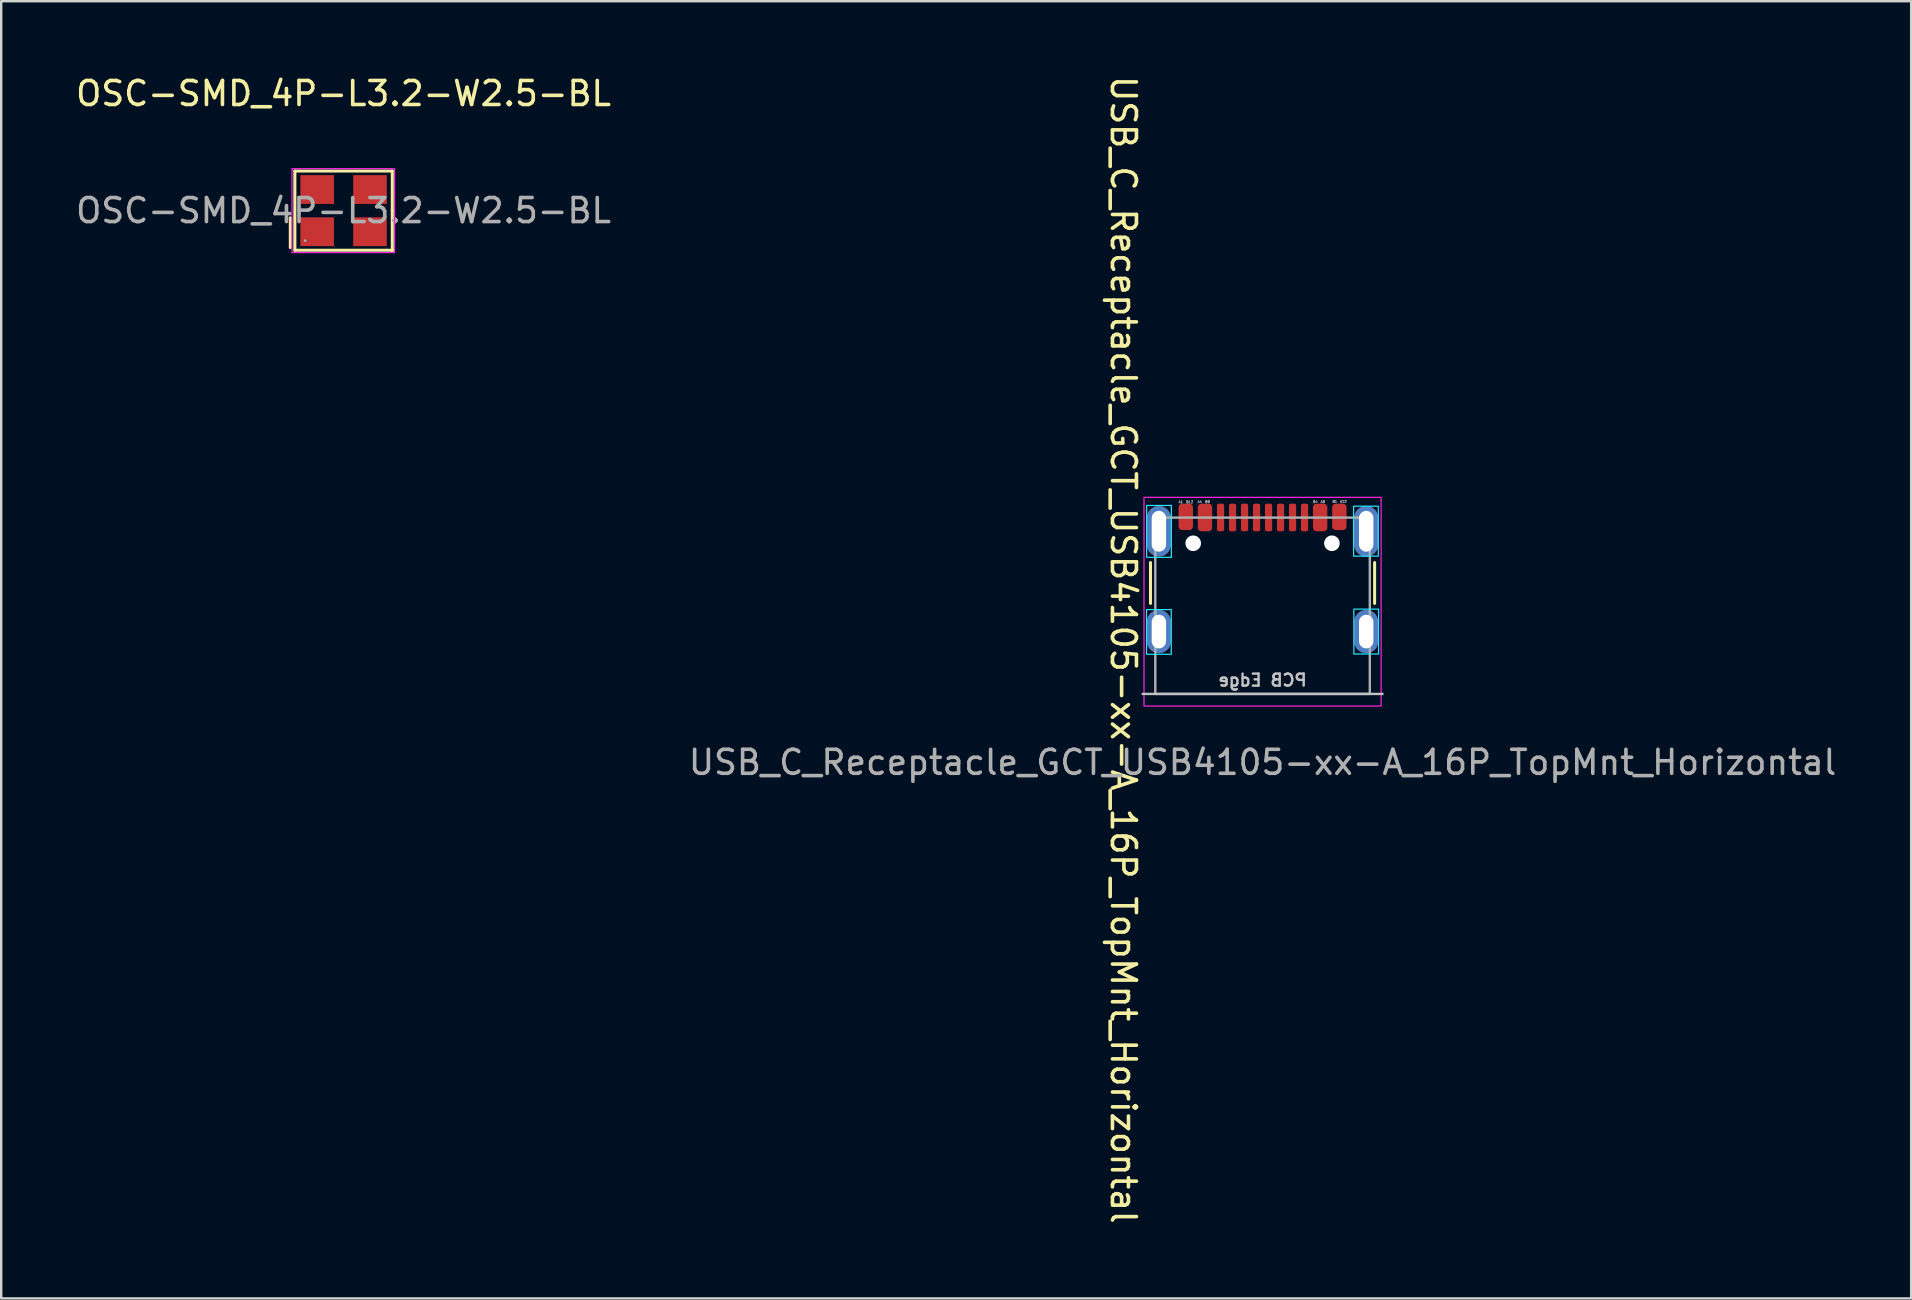
<source format=kicad_pcb>
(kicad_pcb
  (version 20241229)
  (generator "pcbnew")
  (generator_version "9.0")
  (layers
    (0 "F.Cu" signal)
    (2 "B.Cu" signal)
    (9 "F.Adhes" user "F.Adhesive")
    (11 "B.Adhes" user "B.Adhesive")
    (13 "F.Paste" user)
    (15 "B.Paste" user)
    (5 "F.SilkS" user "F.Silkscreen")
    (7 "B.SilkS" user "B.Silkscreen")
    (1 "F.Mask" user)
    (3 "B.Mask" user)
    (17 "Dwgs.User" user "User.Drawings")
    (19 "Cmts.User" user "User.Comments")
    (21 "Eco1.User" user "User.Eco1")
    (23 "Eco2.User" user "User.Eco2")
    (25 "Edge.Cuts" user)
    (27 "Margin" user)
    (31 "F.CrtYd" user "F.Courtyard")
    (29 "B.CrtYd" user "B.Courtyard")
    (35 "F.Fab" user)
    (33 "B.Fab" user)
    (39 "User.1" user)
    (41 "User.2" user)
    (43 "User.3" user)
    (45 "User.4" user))
  (footprint "OSC-SMD_4P-L3.2-W2.5-BL"
    (layer "F.Cu")
    (at 11.268 5.728)
    (property "Reference" "OSC-SMD_4P-L3.2-W2.5-BL" (at 0 -4.88 0) (layer "F.SilkS") (effects (font (size 1 1) (thickness 0.15))))
    (attr smd)
    (fp_line (start -2.22 0.3) (end -2.22 1.54) (stroke (width 0.127) (type default)) (layer "F.SilkS"))
    (fp_line (start -2.03 -1.65) (end 2.03 -1.65) (stroke (width 0.127) (type solid)) (layer "F.SilkS"))
    (fp_line (start -2.03 1.65) (end -2.03 -1.65) (stroke (width 0.127) (type solid)) (layer "F.SilkS"))
    (fp_line (start 2.03 -1.65) (end 2.03 0) (stroke (width 0.127) (type solid)) (layer "F.SilkS"))
    (fp_line (start 2.03 0) (end 2.03 1.65) (stroke (width 0.127) (type solid)) (layer "F.SilkS"))
    (fp_line (start 2.03 1.65) (end -2.03 1.65) (stroke (width 0.127) (type solid)) (layer "F.SilkS"))
    (fp_line (start 2.03 1.65) (end 2.03 1.65) (stroke (width 0.15) (type solid)) (layer "F.SilkS"))
    (fp_rect (start -2.15 -1.75) (end 2.125 1.75) (stroke (width 0.05) (type default)) (fill no) (layer "F.CrtYd"))
    (fp_circle (center -1.6 1.25) (end -1.57 1.25) (stroke (width 0.06) (type solid)) (fill no) (layer "F.Fab"))
    (fp_text user "${REFERENCE}" (at 0 0 0) (layer "F.Fab") (effects (font (size 1 1) (thickness 0.15))))
    (pad "1" smd rect (at -1.1 0.88) (size 1.4 1.2) (layers "F.Cu" "F.Mask" "F.Paste"))
    (pad "2" smd rect (at 1.1 0.88) (size 1.4 1.2) (layers "F.Cu" "F.Mask" "F.Paste"))
    (pad "3" smd rect (at 1.1 -0.88) (size 1.4 1.2) (layers "F.Cu" "F.Mask" "F.Paste"))
    (pad "4" smd rect (at -1.1 -0.88) (size 1.4 1.2) (layers "F.Cu" "F.Mask" "F.Paste")))
  (footprint "USB_C_Receptacle_GCT_USB4105-xx-A_16P_TopMnt_Horizontal"
    (layer "F.Cu")
    (at 49.565 22.195)
    (property "Reference" "USB_C_Receptacle_GCT_USB4105-xx-A_16P_TopMnt_Horizontal" (at -5.8 1.835 270) (unlocked yes) (layer "F.SilkS") (effects (font (size 1 1) (thickness 0.15))))
    (fp_line (start -4.67 -1.8) (end -4.67 -0.1) (stroke (width 0.127) (type solid)) (layer "F.SilkS"))
    (fp_line (start 4.67 -1.8) (end 4.67 -0.1) (stroke (width 0.127) (type solid)) (layer "F.SilkS"))
    (fp_line (start -5 3.675) (end 5 3.675) (stroke (width 0.1) (type solid)) (layer "Dwgs.User"))
    (fp_rect (start -4.835 0.16) (end -3.805 2.02) (stroke (width 0.05) (type default)) (fill no) (layer "B.CrtYd"))
    (fp_rect (start -4.83 -4.18) (end -3.8 -2.02) (stroke (width 0.05) (type default)) (fill no) (layer "B.CrtYd"))
    (fp_rect (start 3.795 -4.15) (end 4.825 -2.07) (stroke (width 0.05) (type default)) (fill no) (layer "B.CrtYd"))
    (fp_rect (start 3.805 0.14) (end 4.835 2.01) (stroke (width 0.05) (type default)) (fill no) (layer "B.CrtYd"))
    (fp_rect (start 4.94 4.18) (end -4.94 -4.52) (stroke (width 0.05) (type solid)) (fill no) (layer "F.CrtYd"))
    (fp_rect (start 4.47 3.675) (end -4.47 -3.675) (stroke (width 0.1) (type solid)) (fill no) (layer "F.Fab"))
    (fp_text user "PCB Edge" (at 0 3.1 0) (unlocked yes) (layer "Dwgs.User") (effects (font (size 0.5 0.5) (thickness 0.1)) (justify mirror)))
    (fp_text user "${REFERENCE}" (at 0 6.526 0) (unlocked yes) (layer "F.Fab") (effects (font (size 1 1) (thickness 0.15))))
    (fp_text user "B4" (at 2.085 -4.275 0) (unlocked yes) (layer "F.Fab") (effects (font (size 0.1 0.1) (thickness 0.025)) (justify left bottom)))
    (fp_text user "B9" (at -2.411 -4.273 0) (unlocked yes) (layer "F.Fab") (effects (font (size 0.1 0.1) (thickness 0.025)) (justify left bottom)))
    (fp_text user "B12" (at -3.2 -4.265 0) (unlocked yes) (layer "F.Fab") (effects (font (size 0.1 0.1) (thickness 0.025)) (justify left bottom)))
    (fp_text user "A1" (at -3.514 -4.267 0) (unlocked yes) (layer "F.Fab") (effects (font (size 0.1 0.1) (thickness 0.025)) (justify left bottom)))
    (fp_text user "A9" (at 2.399 -4.273 0) (unlocked yes) (layer "F.Fab") (effects (font (size 0.1 0.1) (thickness 0.025)) (justify left bottom)))
    (fp_text user "A4" (at -2.725 -4.275 0) (unlocked yes) (layer "F.Fab") (effects (font (size 0.1 0.1) (thickness 0.025)) (justify left bottom)))
    (fp_text user "A12" (at 3.21 -4.285 0) (unlocked yes) (layer "F.Fab") (effects (font (size 0.1 0.1) (thickness 0.025)) (justify left bottom)))
    (fp_text user "B1" (at 2.896 -4.287 0) (unlocked yes) (layer "F.Fab") (effects (font (size 0.1 0.1) (thickness 0.025)) (justify left bottom)))
    (pad "" np_thru_hole circle (at -2.89 -2.605) (size 0.65 0.65) (drill 0.65) (layers "*.Cu" "*.Mask"))
    (pad "" np_thru_hole circle (at 2.89 -2.605) (size 0.65 0.65) (drill 0.65) (layers "*.Cu" "*.Mask"))
    (pad "A1B12" smd roundrect (at -3.2 -3.705) (size 0.6 1.1) (layers "F.Cu" "F.Mask" "F.Paste") (roundrect_rratio 0.25))
    (pad "A4B9" smd roundrect (at -2.4 -3.68) (size 0.6 1.15) (layers "F.Cu" "F.Mask" "F.Paste") (roundrect_rratio 0.25))
    (pad "A5" smd roundrect (at -1.25 -3.68) (size 0.3 1.15) (layers "F.Cu" "F.Mask" "F.Paste") (roundrect_rratio 0.25))
    (pad "A6" smd roundrect (at -0.25 -3.68) (size 0.3 1.15) (layers "F.Cu" "F.Mask" "F.Paste") (roundrect_rratio 0.25))
    (pad "A7" smd roundrect (at 0.25 -3.68) (size 0.3 1.15) (layers "F.Cu" "F.Mask" "F.Paste") (roundrect_rratio 0.25))
    (pad "A8" smd roundrect (at 1.25 -3.68) (size 0.3 1.15) (layers "F.Cu" "F.Mask" "F.Paste") (roundrect_rratio 0.25))
    (pad "B1A12" smd roundrect (at 3.2 -3.705) (size 0.6 1.1) (layers "F.Cu" "F.Mask" "F.Paste") (roundrect_rratio 0.25))
    (pad "B4A9" smd roundrect (at 2.4 -3.68) (size 0.6 1.15) (layers "F.Cu" "F.Mask" "F.Paste") (roundrect_rratio 0.25))
    (pad "B5" smd roundrect (at 1.75 -3.68) (size 0.3 1.15) (layers "F.Cu" "F.Mask" "F.Paste") (roundrect_rratio 0.25))
    (pad "B6" smd roundrect (at 0.75 -3.68) (size 0.3 1.15) (layers "F.Cu" "F.Mask" "F.Paste") (roundrect_rratio 0.25))
    (pad "B7" smd roundrect (at -0.75 -3.68) (size 0.3 1.15) (layers "F.Cu" "F.Mask" "F.Paste") (roundrect_rratio 0.25))
    (pad "B8" smd roundrect (at -1.75 -3.68) (size 0.3 1.15) (layers "F.Cu" "F.Mask" "F.Paste") (roundrect_rratio 0.25))
    (pad "S1" thru_hole oval (at -4.32 -3.105) (size 1 2.1) (drill oval 0.6 1.7) (layers "*.Cu" "*.Mask" "F.Paste"))
    (pad "S1" thru_hole oval (at -4.32 1.075) (size 1 1.8) (drill oval 0.6 1.4) (layers "*.Cu" "*.Mask" "F.Paste"))
    (pad "S1" thru_hole oval (at 4.32 -3.105) (size 1 2.1) (drill oval 0.6 1.7) (layers "*.Cu" "*.Mask" "F.Paste"))
    (pad "S1" thru_hole oval (at 4.32 1.075) (size 1 1.8) (drill oval 0.6 1.4) (layers "*.Cu" "*.Mask" "F.Paste")))
  (gr_rect
    (start -3 -3)
    (end 76.595 51.06)
    (stroke (width 0.1) (type default))
    (fill no)
    (layer "Edge.Cuts")))
</source>
